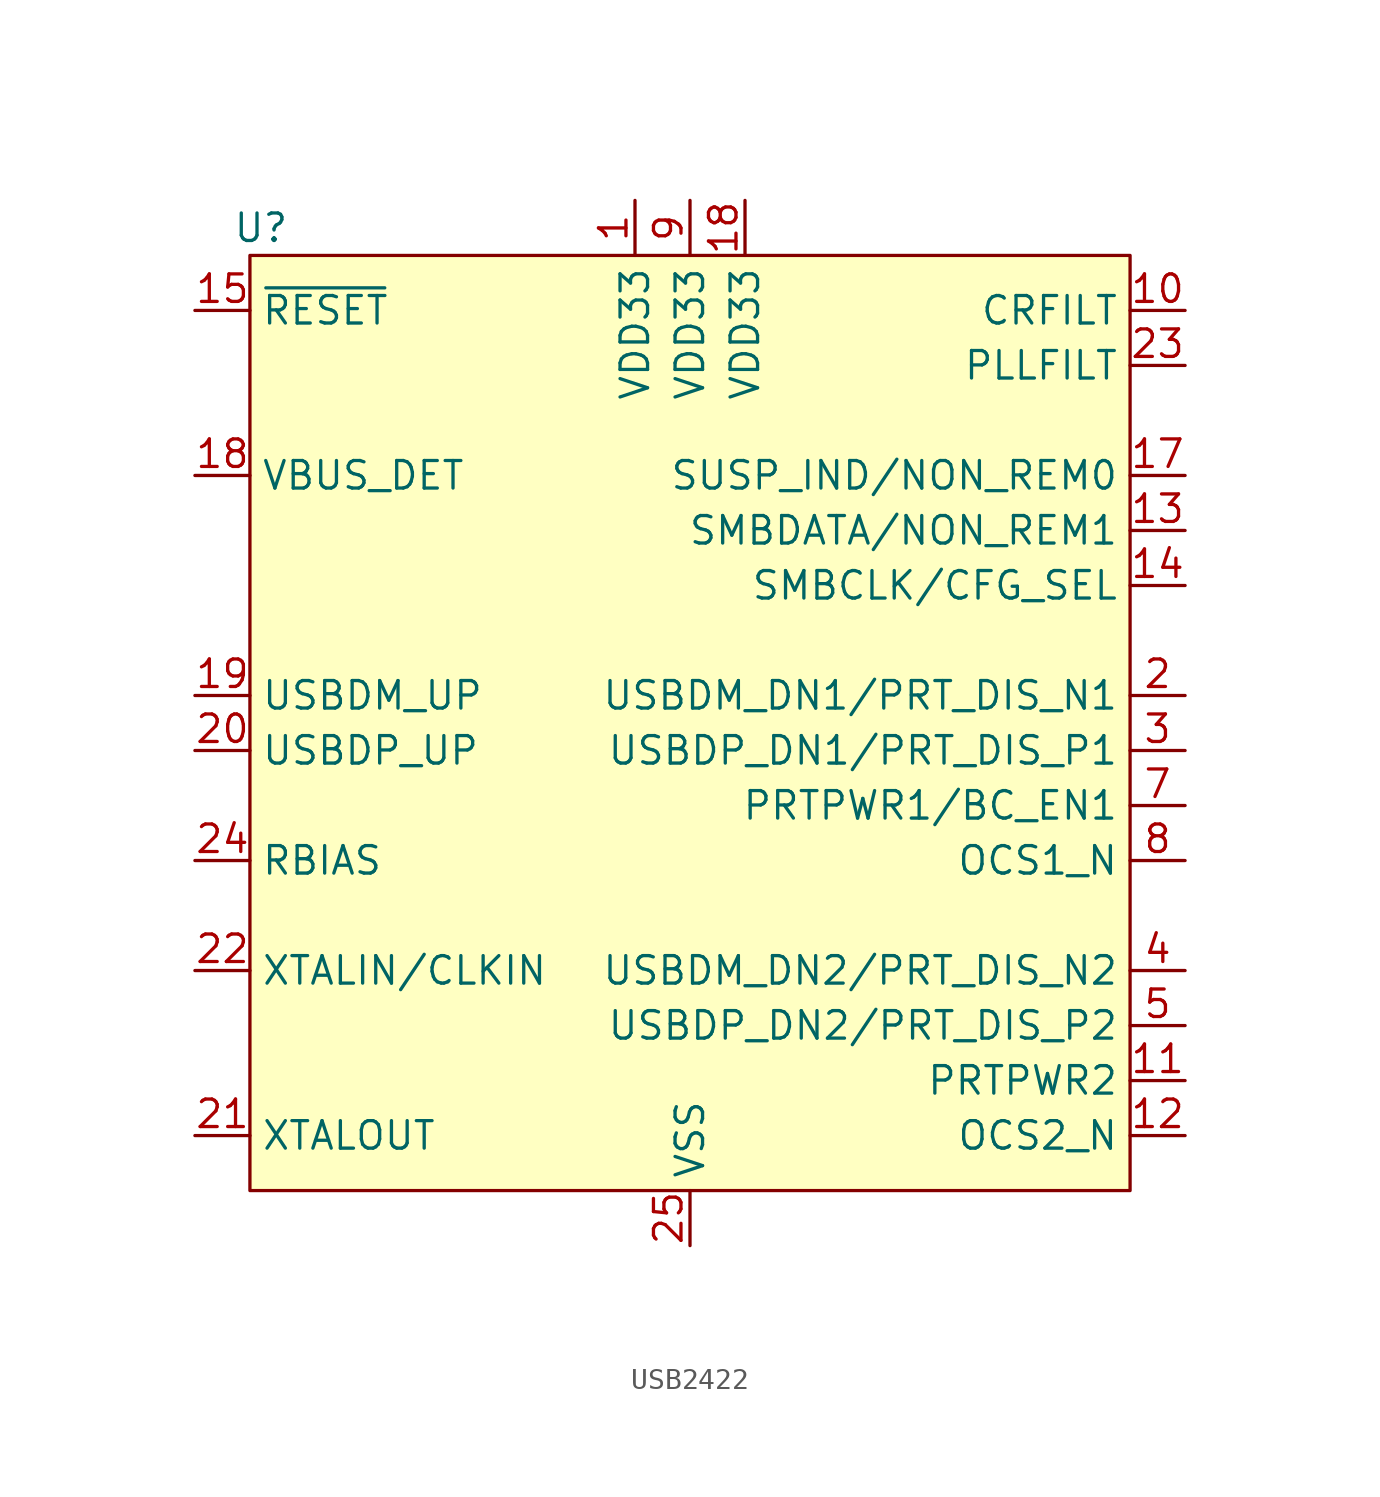
<source format=kicad_sym>
(kicad_symbol_lib
  (version 20241209)
  (generator "kicad_symbol_editor")
  (generator_version "9.0")
  (symbol "USB2422"
    (property "Reference" "U"
      (at -19.812 22.86 0)
      (effects (font (size 1.27 1.27))))
    (property "Value" ""
      (at 0 0 0)
      (effects (font (size 1.27 1.27))))
    (symbol "USB2422_1_1"
      (rectangle (start -20.32 21.59) (end 20.32 -21.59) (stroke (width 0) (type solid)) (fill (type background)))
      (pin input line (at -22.86 19.05 0) (length 2.54) (name "~{RESET}" (effects (font (size 1.27 1.27)))) (number "15" (effects (font (size 1.27 1.27)))))
      (pin no_connect line (at -22.86 16.51 0) (length 2.54) (hide yes) (name "NC" (effects (font (size 1.27 1.27)))) (number "6" (effects (font (size 1.27 1.27)))))
      (pin input line (at -22.86 11.43 0) (length 2.54) (name "VBUS_DET" (effects (font (size 1.27 1.27)))) (number "18" (effects (font (size 1.27 1.27)))))
      (pin bidirectional line (at -22.86 1.27 0) (length 2.54) (name "USBDM_UP" (effects (font (size 1.27 1.27)))) (number "19" (effects (font (size 1.27 1.27)))))
      (pin bidirectional line (at -22.86 -1.27 0) (length 2.54) (name "USBDP_UP" (effects (font (size 1.27 1.27)))) (number "20" (effects (font (size 1.27 1.27)))))
      (pin input line (at -22.86 -6.35 0) (length 2.54) (name "RBIAS" (effects (font (size 1.27 1.27)))) (number "24" (effects (font (size 1.27 1.27)))))
      (pin input line (at -22.86 -11.43 0) (length 2.54) (name "XTALIN/CLKIN" (effects (font (size 1.27 1.27)))) (number "22" (effects (font (size 1.27 1.27)))))
      (pin input line (at -22.86 -19.05 0) (length 2.54) (name "XTALOUT" (effects (font (size 1.27 1.27)))) (number "21" (effects (font (size 1.27 1.27)))))
      (pin power_in line (at -2.54 24.13 270) (length 2.54) (name "VDD33" (effects (font (size 1.27 1.27)))) (number "1" (effects (font (size 1.27 1.27)))))
      (pin power_in line (at 0 24.13 270) (length 2.54) (name "VDD33" (effects (font (size 1.27 1.27)))) (number "9" (effects (font (size 1.27 1.27)))))
      (pin power_out line (at 0 -24.13 90) (length 2.54) (name "VSS" (effects (font (size 1.27 1.27)))) (number "25" (effects (font (size 1.27 1.27)))))
      (pin power_in line (at 2.54 24.13 270) (length 2.54) (name "VDD33" (effects (font (size 1.27 1.27)))) (number "18" (effects (font (size 1.27 1.27)))))
      (pin power_out line (at 22.86 19.05 180) (length 2.54) (name "CRFILT" (effects (font (size 1.27 1.27)))) (number "10" (effects (font (size 1.27 1.27)))))
      (pin power_out line (at 22.86 16.51 180) (length 2.54) (name "PLLFILT" (effects (font (size 1.27 1.27)))) (number "23" (effects (font (size 1.27 1.27)))))
      (pin bidirectional line (at 22.86 11.43 180) (length 2.54) (name "SUSP_IND/NON_REM0" (effects (font (size 1.27 1.27)))) (number "17" (effects (font (size 1.27 1.27)))))
      (pin input line (at 22.86 8.89 180) (length 2.54) (name "SMBDATA/NON_REM1" (effects (font (size 1.27 1.27)))) (number "13" (effects (font (size 1.27 1.27)))))
      (pin input line (at 22.86 6.35 180) (length 2.54) (name "SMBCLK/CFG_SEL" (effects (font (size 1.27 1.27)))) (number "14" (effects (font (size 1.27 1.27)))))
      (pin input line (at 22.86 1.27 180) (length 2.54) (name "USBDM_DN1/PRT_DIS_N1" (effects (font (size 1.27 1.27)))) (number "2" (effects (font (size 1.27 1.27)))))
      (pin input line (at 22.86 -1.27 180) (length 2.54) (name "USBDP_DN1/PRT_DIS_P1" (effects (font (size 1.27 1.27)))) (number "3" (effects (font (size 1.27 1.27)))))
      (pin bidirectional line (at 22.86 -3.81 180) (length 2.54) (name "PRTPWR1/BC_EN1" (effects (font (size 1.27 1.27)))) (number "7" (effects (font (size 1.27 1.27)))))
      (pin input line (at 22.86 -6.35 180) (length 2.54) (name "OCS1_N" (effects (font (size 1.27 1.27)))) (number "8" (effects (font (size 1.27 1.27)))))
      (pin input line (at 22.86 -11.43 180) (length 2.54) (name "USBDM_DN2/PRT_DIS_N2" (effects (font (size 1.27 1.27)))) (number "4" (effects (font (size 1.27 1.27)))))
      (pin input line (at 22.86 -13.97 180) (length 2.54) (name "USBDP_DN2/PRT_DIS_P2" (effects (font (size 1.27 1.27)))) (number "5" (effects (font (size 1.27 1.27)))))
      (pin output line (at 22.86 -16.51 180) (length 2.54) (name "PRTPWR2" (effects (font (size 1.27 1.27)))) (number "11" (effects (font (size 1.27 1.27)))))
      (pin input line (at 22.86 -19.05 180) (length 2.54) (name "OCS2_N" (effects (font (size 1.27 1.27)))) (number "12" (effects (font (size 1.27 1.27))))))))
</source>
